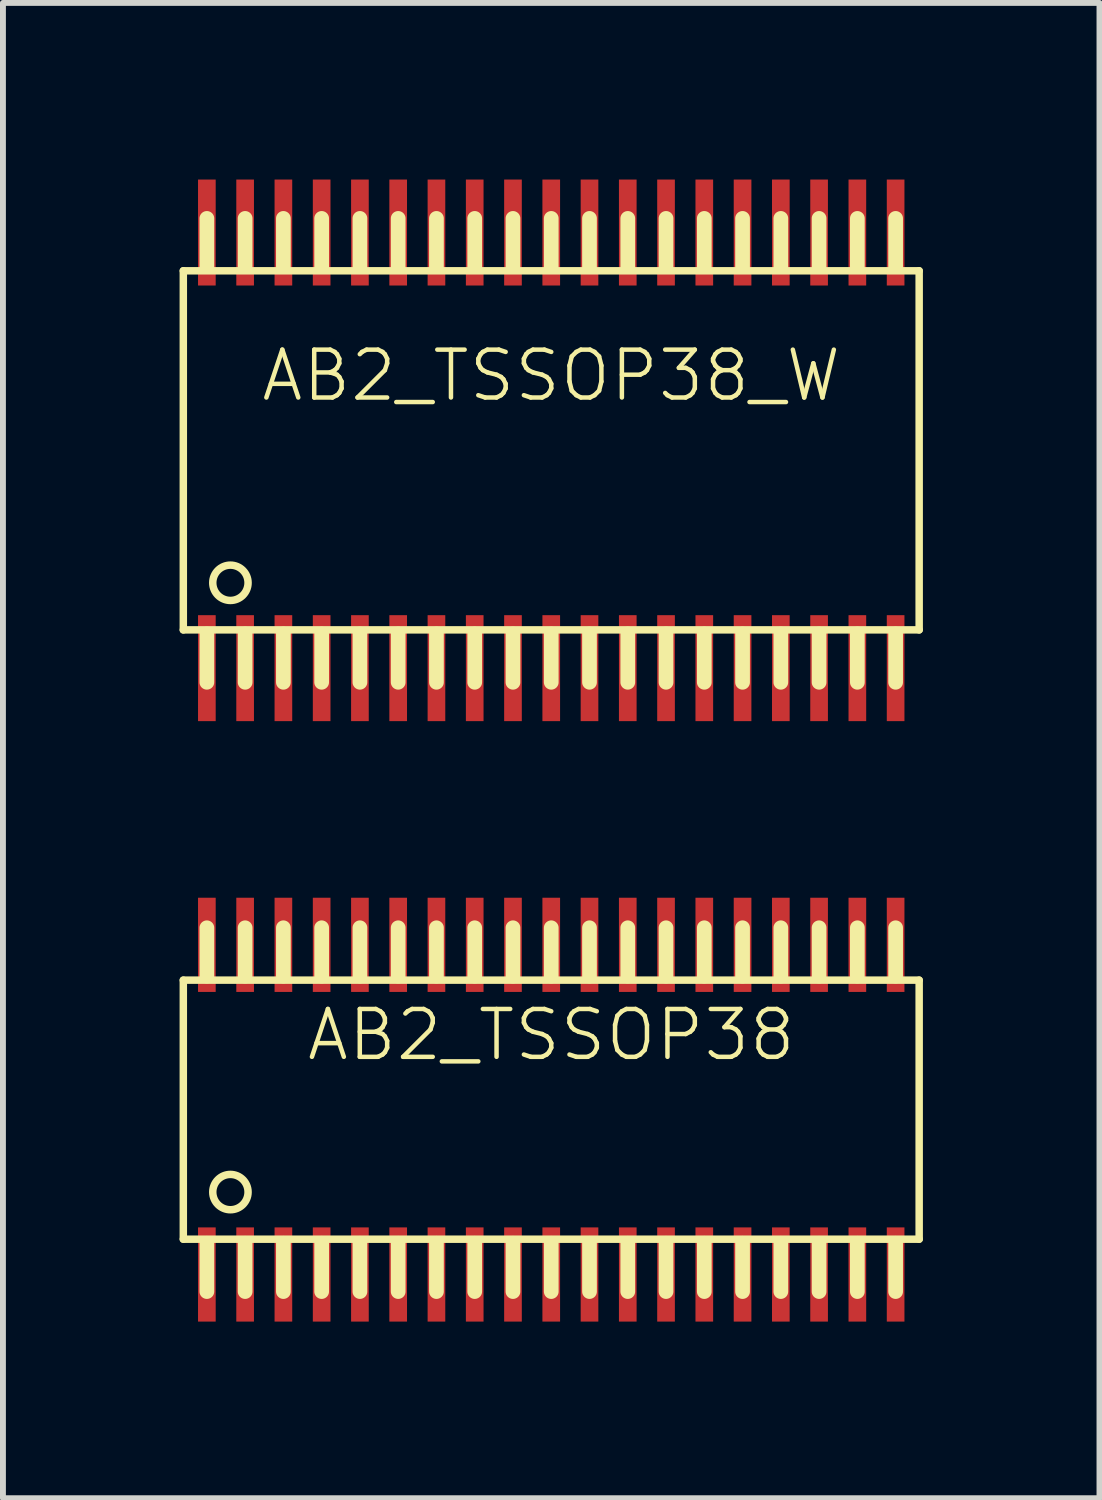
<source format=kicad_pcb>
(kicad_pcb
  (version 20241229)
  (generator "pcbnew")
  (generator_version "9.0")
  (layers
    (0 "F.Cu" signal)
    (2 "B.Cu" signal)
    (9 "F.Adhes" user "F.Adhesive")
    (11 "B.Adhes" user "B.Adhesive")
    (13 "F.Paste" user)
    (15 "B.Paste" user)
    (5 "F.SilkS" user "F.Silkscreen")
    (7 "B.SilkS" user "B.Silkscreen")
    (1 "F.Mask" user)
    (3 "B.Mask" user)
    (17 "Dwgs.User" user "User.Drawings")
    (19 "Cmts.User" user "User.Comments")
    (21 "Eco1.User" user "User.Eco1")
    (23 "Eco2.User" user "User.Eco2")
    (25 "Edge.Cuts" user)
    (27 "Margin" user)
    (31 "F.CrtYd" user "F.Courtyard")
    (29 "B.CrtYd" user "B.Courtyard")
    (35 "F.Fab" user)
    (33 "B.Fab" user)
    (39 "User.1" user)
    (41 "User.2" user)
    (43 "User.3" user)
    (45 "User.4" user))
  (footprint "AB2_TSSOP38_W"
    (layer "F.Cu")
    (at 6.314 4.6)
    (property "Reference" "AB2_TSSOP38_W" (at 0 -1.27 0) (layer "F.SilkS") (effects (font (size 0.813 0.813) (thickness 0.076))))
    (attr through_hole)
    (fp_line (start -6.25 -3.05) (end 6.25 -3.05) (stroke (width 0.127) (type solid)) (layer "F.SilkS"))
    (fp_line (start -6.25 3.05) (end -6.25 -3.05) (stroke (width 0.127) (type solid)) (layer "F.SilkS"))
    (fp_line (start -5.85 -3.12) (end -5.85 -3.94) (stroke (width 0.25) (type solid)) (layer "F.SilkS"))
    (fp_line (start -5.85 3.12) (end -5.85 3.94) (stroke (width 0.25) (type solid)) (layer "F.SilkS"))
    (fp_line (start -5.2 -3.12) (end -5.2 -3.94) (stroke (width 0.25) (type solid)) (layer "F.SilkS"))
    (fp_line (start -5.2 3.12) (end -5.2 3.94) (stroke (width 0.25) (type solid)) (layer "F.SilkS"))
    (fp_line (start -4.55 -3.12) (end -4.55 -3.94) (stroke (width 0.25) (type solid)) (layer "F.SilkS"))
    (fp_line (start -4.55 3.12) (end -4.55 3.94) (stroke (width 0.25) (type solid)) (layer "F.SilkS"))
    (fp_line (start -3.9 -3.12) (end -3.9 -3.94) (stroke (width 0.25) (type solid)) (layer "F.SilkS"))
    (fp_line (start -3.9 3.12) (end -3.9 3.94) (stroke (width 0.25) (type solid)) (layer "F.SilkS"))
    (fp_line (start -3.25 -3.12) (end -3.25 -3.94) (stroke (width 0.25) (type solid)) (layer "F.SilkS"))
    (fp_line (start -3.25 3.12) (end -3.25 3.94) (stroke (width 0.25) (type solid)) (layer "F.SilkS"))
    (fp_line (start -2.6 -3.12) (end -2.6 -3.94) (stroke (width 0.25) (type solid)) (layer "F.SilkS"))
    (fp_line (start -2.6 3.12) (end -2.6 3.94) (stroke (width 0.25) (type solid)) (layer "F.SilkS"))
    (fp_line (start -1.95 -3.12) (end -1.95 -3.94) (stroke (width 0.25) (type solid)) (layer "F.SilkS"))
    (fp_line (start -1.95 3.12) (end -1.95 3.94) (stroke (width 0.25) (type solid)) (layer "F.SilkS"))
    (fp_line (start -1.3 -3.12) (end -1.3 -3.94) (stroke (width 0.25) (type solid)) (layer "F.SilkS"))
    (fp_line (start -1.3 3.12) (end -1.3 3.94) (stroke (width 0.25) (type solid)) (layer "F.SilkS"))
    (fp_line (start -0.65 -3.12) (end -0.65 -3.94) (stroke (width 0.25) (type solid)) (layer "F.SilkS"))
    (fp_line (start -0.65 3.12) (end -0.65 3.94) (stroke (width 0.25) (type solid)) (layer "F.SilkS"))
    (fp_line (start 0 -3.12) (end 0 -3.94) (stroke (width 0.25) (type solid)) (layer "F.SilkS"))
    (fp_line (start 0 3.12) (end 0 3.94) (stroke (width 0.25) (type solid)) (layer "F.SilkS"))
    (fp_line (start 0.65 -3.12) (end 0.65 -3.94) (stroke (width 0.25) (type solid)) (layer "F.SilkS"))
    (fp_line (start 0.65 3.12) (end 0.65 3.94) (stroke (width 0.25) (type solid)) (layer "F.SilkS"))
    (fp_line (start 1.3 -3.12) (end 1.3 -3.94) (stroke (width 0.25) (type solid)) (layer "F.SilkS"))
    (fp_line (start 1.3 3.12) (end 1.3 3.94) (stroke (width 0.25) (type solid)) (layer "F.SilkS"))
    (fp_line (start 1.95 -3.12) (end 1.95 -3.94) (stroke (width 0.25) (type solid)) (layer "F.SilkS"))
    (fp_line (start 1.95 3.12) (end 1.95 3.94) (stroke (width 0.25) (type solid)) (layer "F.SilkS"))
    (fp_line (start 2.6 -3.12) (end 2.6 -3.94) (stroke (width 0.25) (type solid)) (layer "F.SilkS"))
    (fp_line (start 2.6 3.12) (end 2.6 3.94) (stroke (width 0.25) (type solid)) (layer "F.SilkS"))
    (fp_line (start 3.25 -3.12) (end 3.25 -3.94) (stroke (width 0.25) (type solid)) (layer "F.SilkS"))
    (fp_line (start 3.25 3.12) (end 3.25 3.94) (stroke (width 0.25) (type solid)) (layer "F.SilkS"))
    (fp_line (start 3.9 -3.12) (end 3.9 -3.94) (stroke (width 0.25) (type solid)) (layer "F.SilkS"))
    (fp_line (start 3.9 3.12) (end 3.9 3.94) (stroke (width 0.25) (type solid)) (layer "F.SilkS"))
    (fp_line (start 4.55 -3.12) (end 4.55 -3.94) (stroke (width 0.25) (type solid)) (layer "F.SilkS"))
    (fp_line (start 4.55 3.12) (end 4.55 3.94) (stroke (width 0.25) (type solid)) (layer "F.SilkS"))
    (fp_line (start 5.2 -3.12) (end 5.2 -3.94) (stroke (width 0.25) (type solid)) (layer "F.SilkS"))
    (fp_line (start 5.2 3.12) (end 5.2 3.94) (stroke (width 0.25) (type solid)) (layer "F.SilkS"))
    (fp_line (start 5.85 -3.12) (end 5.85 -3.94) (stroke (width 0.25) (type solid)) (layer "F.SilkS"))
    (fp_line (start 5.85 3.12) (end 5.85 3.94) (stroke (width 0.25) (type solid)) (layer "F.SilkS"))
    (fp_line (start 6.25 -3.05) (end 6.25 3.05) (stroke (width 0.127) (type solid)) (layer "F.SilkS"))
    (fp_line (start 6.25 3.05) (end -6.25 3.05) (stroke (width 0.127) (type solid)) (layer "F.SilkS"))
    (fp_circle (center -5.45 2.25) (end -5.45 1.95) (stroke (width 0.127) (type solid)) (fill no) (layer "F.SilkS"))
    (pad "1" smd rect (at -5.85 3.7) (size 0.3 1.8) (layers "F.Cu" "F.Mask" "F.Paste"))
    (pad "2" smd rect (at -5.2 3.7) (size 0.3 1.8) (layers "F.Cu" "F.Mask" "F.Paste"))
    (pad "3" smd rect (at -4.55 3.7) (size 0.3 1.8) (layers "F.Cu" "F.Mask" "F.Paste"))
    (pad "4" smd rect (at -3.9 3.7) (size 0.3 1.8) (layers "F.Cu" "F.Mask" "F.Paste"))
    (pad "5" smd rect (at -3.25 3.7) (size 0.3 1.8) (layers "F.Cu" "F.Mask" "F.Paste"))
    (pad "6" smd rect (at -2.6 3.7) (size 0.3 1.8) (layers "F.Cu" "F.Mask" "F.Paste"))
    (pad "7" smd rect (at -1.95 3.7) (size 0.3 1.8) (layers "F.Cu" "F.Mask" "F.Paste"))
    (pad "8" smd rect (at -1.3 3.7) (size 0.3 1.8) (layers "F.Cu" "F.Mask" "F.Paste"))
    (pad "9" smd rect (at -0.65 3.7) (size 0.3 1.8) (layers "F.Cu" "F.Mask" "F.Paste"))
    (pad "10" smd rect (at 0 3.7) (size 0.3 1.8) (layers "F.Cu" "F.Mask" "F.Paste"))
    (pad "11" smd rect (at 0.65 3.7) (size 0.3 1.8) (layers "F.Cu" "F.Mask" "F.Paste"))
    (pad "12" smd rect (at 1.3 3.7) (size 0.3 1.8) (layers "F.Cu" "F.Mask" "F.Paste"))
    (pad "13" smd rect (at 1.95 3.7) (size 0.3 1.8) (layers "F.Cu" "F.Mask" "F.Paste"))
    (pad "14" smd rect (at 2.6 3.7) (size 0.3 1.8) (layers "F.Cu" "F.Mask" "F.Paste"))
    (pad "15" smd rect (at 3.25 3.7) (size 0.3 1.8) (layers "F.Cu" "F.Mask" "F.Paste"))
    (pad "16" smd rect (at 3.9 3.7) (size 0.3 1.8) (layers "F.Cu" "F.Mask" "F.Paste"))
    (pad "17" smd rect (at 4.55 3.7) (size 0.3 1.8) (layers "F.Cu" "F.Mask" "F.Paste"))
    (pad "18" smd rect (at 5.2 3.7) (size 0.3 1.8) (layers "F.Cu" "F.Mask" "F.Paste"))
    (pad "19" smd rect (at 5.85 3.7) (size 0.3 1.8) (layers "F.Cu" "F.Mask" "F.Paste"))
    (pad "20" smd rect (at 5.85 -3.7) (size 0.3 1.8) (layers "F.Cu" "F.Mask" "F.Paste"))
    (pad "21" smd rect (at 5.2 -3.7) (size 0.3 1.8) (layers "F.Cu" "F.Mask" "F.Paste"))
    (pad "22" smd rect (at 4.55 -3.7) (size 0.3 1.8) (layers "F.Cu" "F.Mask" "F.Paste"))
    (pad "23" smd rect (at 3.9 -3.7) (size 0.3 1.8) (layers "F.Cu" "F.Mask" "F.Paste"))
    (pad "24" smd rect (at 3.25 -3.7) (size 0.3 1.8) (layers "F.Cu" "F.Mask" "F.Paste"))
    (pad "25" smd rect (at 2.6 -3.7) (size 0.3 1.8) (layers "F.Cu" "F.Mask" "F.Paste"))
    (pad "26" smd rect (at 1.95 -3.7) (size 0.3 1.8) (layers "F.Cu" "F.Mask" "F.Paste"))
    (pad "27" smd rect (at 1.3 -3.7) (size 0.3 1.8) (layers "F.Cu" "F.Mask" "F.Paste"))
    (pad "28" smd rect (at 0.65 -3.7) (size 0.3 1.8) (layers "F.Cu" "F.Mask" "F.Paste"))
    (pad "29" smd rect (at 0 -3.7) (size 0.3 1.8) (layers "F.Cu" "F.Mask" "F.Paste"))
    (pad "30" smd rect (at -0.65 -3.7) (size 0.3 1.8) (layers "F.Cu" "F.Mask" "F.Paste"))
    (pad "31" smd rect (at -1.3 -3.7) (size 0.3 1.8) (layers "F.Cu" "F.Mask" "F.Paste"))
    (pad "32" smd rect (at -1.95 -3.7) (size 0.3 1.8) (layers "F.Cu" "F.Mask" "F.Paste"))
    (pad "33" smd rect (at -2.6 -3.7) (size 0.3 1.8) (layers "F.Cu" "F.Mask" "F.Paste"))
    (pad "34" smd rect (at -3.25 -3.7) (size 0.3 1.8) (layers "F.Cu" "F.Mask" "F.Paste"))
    (pad "35" smd rect (at -3.9 -3.7) (size 0.3 1.8) (layers "F.Cu" "F.Mask" "F.Paste"))
    (pad "36" smd rect (at -4.55 -3.7) (size 0.3 1.8) (layers "F.Cu" "F.Mask" "F.Paste"))
    (pad "37" smd rect (at -5.2 -3.7) (size 0.3 1.8) (layers "F.Cu" "F.Mask" "F.Paste"))
    (pad "38" smd rect (at -5.85 -3.7) (size 0.3 1.8) (layers "F.Cu" "F.Mask" "F.Paste")))
  (footprint "AB2_TSSOP38"
    (layer "F.Cu")
    (at 6.314 15.8)
    (property "Reference" "AB2_TSSOP38" (at 0 -1.27 0) (layer "F.SilkS") (effects (font (size 0.813 0.813) (thickness 0.076))))
    (attr through_hole)
    (fp_line (start -6.25 -2.2) (end 6.25 -2.2) (stroke (width 0.127) (type solid)) (layer "F.SilkS"))
    (fp_line (start -6.25 2.2) (end -6.25 -2.2) (stroke (width 0.127) (type solid)) (layer "F.SilkS"))
    (fp_line (start -5.85 -2.27) (end -5.85 -3.09) (stroke (width 0.25) (type solid)) (layer "F.SilkS"))
    (fp_line (start -5.85 2.27) (end -5.85 3.09) (stroke (width 0.25) (type solid)) (layer "F.SilkS"))
    (fp_line (start -5.2 -2.27) (end -5.2 -3.09) (stroke (width 0.25) (type solid)) (layer "F.SilkS"))
    (fp_line (start -5.2 2.27) (end -5.2 3.09) (stroke (width 0.25) (type solid)) (layer "F.SilkS"))
    (fp_line (start -4.55 -2.27) (end -4.55 -3.09) (stroke (width 0.25) (type solid)) (layer "F.SilkS"))
    (fp_line (start -4.55 2.27) (end -4.55 3.09) (stroke (width 0.25) (type solid)) (layer "F.SilkS"))
    (fp_line (start -3.9 -2.27) (end -3.9 -3.09) (stroke (width 0.25) (type solid)) (layer "F.SilkS"))
    (fp_line (start -3.9 2.27) (end -3.9 3.09) (stroke (width 0.25) (type solid)) (layer "F.SilkS"))
    (fp_line (start -3.25 -2.27) (end -3.25 -3.09) (stroke (width 0.25) (type solid)) (layer "F.SilkS"))
    (fp_line (start -3.25 2.27) (end -3.25 3.09) (stroke (width 0.25) (type solid)) (layer "F.SilkS"))
    (fp_line (start -2.6 -2.27) (end -2.6 -3.09) (stroke (width 0.25) (type solid)) (layer "F.SilkS"))
    (fp_line (start -2.6 2.27) (end -2.6 3.09) (stroke (width 0.25) (type solid)) (layer "F.SilkS"))
    (fp_line (start -1.95 -2.27) (end -1.95 -3.09) (stroke (width 0.25) (type solid)) (layer "F.SilkS"))
    (fp_line (start -1.95 2.27) (end -1.95 3.09) (stroke (width 0.25) (type solid)) (layer "F.SilkS"))
    (fp_line (start -1.3 -2.27) (end -1.3 -3.09) (stroke (width 0.25) (type solid)) (layer "F.SilkS"))
    (fp_line (start -1.3 2.27) (end -1.3 3.09) (stroke (width 0.25) (type solid)) (layer "F.SilkS"))
    (fp_line (start -0.65 -2.27) (end -0.65 -3.09) (stroke (width 0.25) (type solid)) (layer "F.SilkS"))
    (fp_line (start -0.65 2.27) (end -0.65 3.09) (stroke (width 0.25) (type solid)) (layer "F.SilkS"))
    (fp_line (start 0 -2.27) (end 0 -3.09) (stroke (width 0.25) (type solid)) (layer "F.SilkS"))
    (fp_line (start 0 2.27) (end 0 3.09) (stroke (width 0.25) (type solid)) (layer "F.SilkS"))
    (fp_line (start 0.65 -2.27) (end 0.65 -3.09) (stroke (width 0.25) (type solid)) (layer "F.SilkS"))
    (fp_line (start 0.65 2.27) (end 0.65 3.09) (stroke (width 0.25) (type solid)) (layer "F.SilkS"))
    (fp_line (start 1.3 -2.27) (end 1.3 -3.09) (stroke (width 0.25) (type solid)) (layer "F.SilkS"))
    (fp_line (start 1.3 2.27) (end 1.3 3.09) (stroke (width 0.25) (type solid)) (layer "F.SilkS"))
    (fp_line (start 1.95 -2.27) (end 1.95 -3.09) (stroke (width 0.25) (type solid)) (layer "F.SilkS"))
    (fp_line (start 1.95 2.27) (end 1.95 3.09) (stroke (width 0.25) (type solid)) (layer "F.SilkS"))
    (fp_line (start 2.6 -2.27) (end 2.6 -3.09) (stroke (width 0.25) (type solid)) (layer "F.SilkS"))
    (fp_line (start 2.6 2.27) (end 2.6 3.09) (stroke (width 0.25) (type solid)) (layer "F.SilkS"))
    (fp_line (start 3.25 -2.27) (end 3.25 -3.09) (stroke (width 0.25) (type solid)) (layer "F.SilkS"))
    (fp_line (start 3.25 2.27) (end 3.25 3.09) (stroke (width 0.25) (type solid)) (layer "F.SilkS"))
    (fp_line (start 3.9 -2.27) (end 3.9 -3.09) (stroke (width 0.25) (type solid)) (layer "F.SilkS"))
    (fp_line (start 3.9 2.27) (end 3.9 3.09) (stroke (width 0.25) (type solid)) (layer "F.SilkS"))
    (fp_line (start 4.55 -2.27) (end 4.55 -3.09) (stroke (width 0.25) (type solid)) (layer "F.SilkS"))
    (fp_line (start 4.55 2.27) (end 4.55 3.09) (stroke (width 0.25) (type solid)) (layer "F.SilkS"))
    (fp_line (start 5.2 -2.27) (end 5.2 -3.09) (stroke (width 0.25) (type solid)) (layer "F.SilkS"))
    (fp_line (start 5.2 2.27) (end 5.2 3.09) (stroke (width 0.25) (type solid)) (layer "F.SilkS"))
    (fp_line (start 5.85 -2.27) (end 5.85 -3.09) (stroke (width 0.25) (type solid)) (layer "F.SilkS"))
    (fp_line (start 5.85 2.27) (end 5.85 3.09) (stroke (width 0.25) (type solid)) (layer "F.SilkS"))
    (fp_line (start 6.25 -2.2) (end 6.25 2.2) (stroke (width 0.127) (type solid)) (layer "F.SilkS"))
    (fp_line (start 6.25 2.2) (end -6.25 2.2) (stroke (width 0.127) (type solid)) (layer "F.SilkS"))
    (fp_circle (center -5.45 1.4) (end -5.45 1.1) (stroke (width 0.127) (type solid)) (fill no) (layer "F.SilkS"))
    (pad "1" smd rect (at -5.85 2.8) (size 0.3 1.6) (layers "F.Cu" "F.Mask" "F.Paste"))
    (pad "2" smd rect (at -5.2 2.8) (size 0.3 1.6) (layers "F.Cu" "F.Mask" "F.Paste"))
    (pad "3" smd rect (at -4.55 2.8) (size 0.3 1.6) (layers "F.Cu" "F.Mask" "F.Paste"))
    (pad "4" smd rect (at -3.9 2.8) (size 0.3 1.6) (layers "F.Cu" "F.Mask" "F.Paste"))
    (pad "5" smd rect (at -3.25 2.8) (size 0.3 1.6) (layers "F.Cu" "F.Mask" "F.Paste"))
    (pad "6" smd rect (at -2.6 2.8) (size 0.3 1.6) (layers "F.Cu" "F.Mask" "F.Paste"))
    (pad "7" smd rect (at -1.95 2.8) (size 0.3 1.6) (layers "F.Cu" "F.Mask" "F.Paste"))
    (pad "8" smd rect (at -1.3 2.8) (size 0.3 1.6) (layers "F.Cu" "F.Mask" "F.Paste"))
    (pad "9" smd rect (at -0.65 2.8) (size 0.3 1.6) (layers "F.Cu" "F.Mask" "F.Paste"))
    (pad "10" smd rect (at 0 2.8) (size 0.3 1.6) (layers "F.Cu" "F.Mask" "F.Paste"))
    (pad "11" smd rect (at 0.65 2.8) (size 0.3 1.6) (layers "F.Cu" "F.Mask" "F.Paste"))
    (pad "12" smd rect (at 1.3 2.8) (size 0.3 1.6) (layers "F.Cu" "F.Mask" "F.Paste"))
    (pad "13" smd rect (at 1.95 2.8) (size 0.3 1.6) (layers "F.Cu" "F.Mask" "F.Paste"))
    (pad "14" smd rect (at 2.6 2.8) (size 0.3 1.6) (layers "F.Cu" "F.Mask" "F.Paste"))
    (pad "15" smd rect (at 3.25 2.8) (size 0.3 1.6) (layers "F.Cu" "F.Mask" "F.Paste"))
    (pad "16" smd rect (at 3.9 2.8) (size 0.3 1.6) (layers "F.Cu" "F.Mask" "F.Paste"))
    (pad "17" smd rect (at 4.55 2.8) (size 0.3 1.6) (layers "F.Cu" "F.Mask" "F.Paste"))
    (pad "18" smd rect (at 5.2 2.8) (size 0.3 1.6) (layers "F.Cu" "F.Mask" "F.Paste"))
    (pad "19" smd rect (at 5.85 2.8) (size 0.3 1.6) (layers "F.Cu" "F.Mask" "F.Paste"))
    (pad "20" smd rect (at 5.85 -2.8) (size 0.3 1.6) (layers "F.Cu" "F.Mask" "F.Paste"))
    (pad "21" smd rect (at 5.2 -2.8) (size 0.3 1.6) (layers "F.Cu" "F.Mask" "F.Paste"))
    (pad "22" smd rect (at 4.55 -2.8) (size 0.3 1.6) (layers "F.Cu" "F.Mask" "F.Paste"))
    (pad "23" smd rect (at 3.9 -2.8) (size 0.3 1.6) (layers "F.Cu" "F.Mask" "F.Paste"))
    (pad "24" smd rect (at 3.25 -2.8) (size 0.3 1.6) (layers "F.Cu" "F.Mask" "F.Paste"))
    (pad "25" smd rect (at 2.6 -2.8) (size 0.3 1.6) (layers "F.Cu" "F.Mask" "F.Paste"))
    (pad "26" smd rect (at 1.95 -2.8) (size 0.3 1.6) (layers "F.Cu" "F.Mask" "F.Paste"))
    (pad "27" smd rect (at 1.3 -2.8) (size 0.3 1.6) (layers "F.Cu" "F.Mask" "F.Paste"))
    (pad "28" smd rect (at 0.65 -2.8) (size 0.3 1.6) (layers "F.Cu" "F.Mask" "F.Paste"))
    (pad "29" smd rect (at 0 -2.8) (size 0.3 1.6) (layers "F.Cu" "F.Mask" "F.Paste"))
    (pad "30" smd rect (at -0.65 -2.8) (size 0.3 1.6) (layers "F.Cu" "F.Mask" "F.Paste"))
    (pad "31" smd rect (at -1.3 -2.8) (size 0.3 1.6) (layers "F.Cu" "F.Mask" "F.Paste"))
    (pad "32" smd rect (at -1.95 -2.8) (size 0.3 1.6) (layers "F.Cu" "F.Mask" "F.Paste"))
    (pad "33" smd rect (at -2.6 -2.8) (size 0.3 1.6) (layers "F.Cu" "F.Mask" "F.Paste"))
    (pad "34" smd rect (at -3.25 -2.8) (size 0.3 1.6) (layers "F.Cu" "F.Mask" "F.Paste"))
    (pad "35" smd rect (at -3.9 -2.8) (size 0.3 1.6) (layers "F.Cu" "F.Mask" "F.Paste"))
    (pad "36" smd rect (at -4.55 -2.8) (size 0.3 1.6) (layers "F.Cu" "F.Mask" "F.Paste"))
    (pad "37" smd rect (at -5.2 -2.8) (size 0.3 1.6) (layers "F.Cu" "F.Mask" "F.Paste"))
    (pad "38" smd rect (at -5.85 -2.8) (size 0.3 1.6) (layers "F.Cu" "F.Mask" "F.Paste")))
  (gr_rect
    (start -3 -3)
    (end 15.627 22.4)
    (stroke (width 0.1) (type default))
    (fill no)
    (layer "Edge.Cuts")))
</source>
